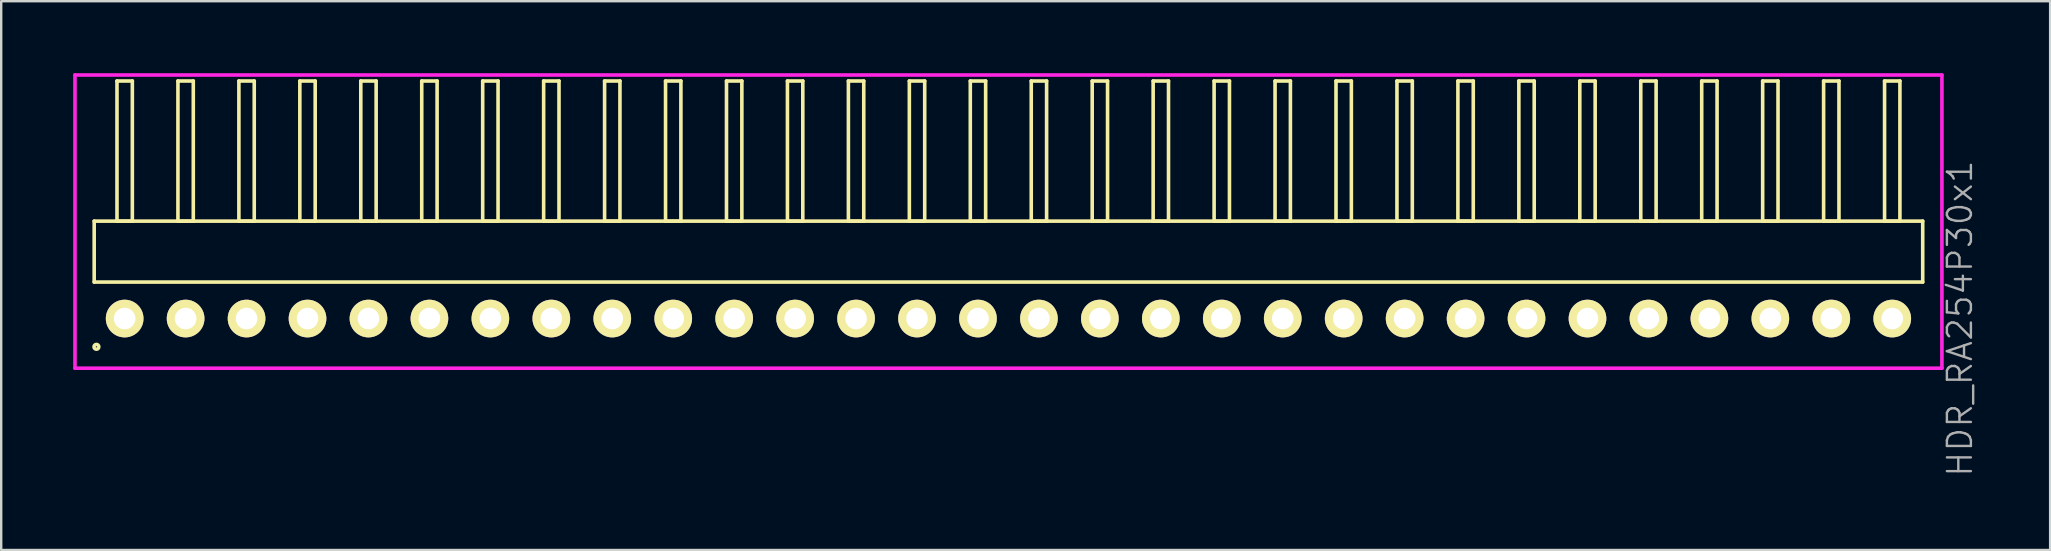
<source format=kicad_pcb>
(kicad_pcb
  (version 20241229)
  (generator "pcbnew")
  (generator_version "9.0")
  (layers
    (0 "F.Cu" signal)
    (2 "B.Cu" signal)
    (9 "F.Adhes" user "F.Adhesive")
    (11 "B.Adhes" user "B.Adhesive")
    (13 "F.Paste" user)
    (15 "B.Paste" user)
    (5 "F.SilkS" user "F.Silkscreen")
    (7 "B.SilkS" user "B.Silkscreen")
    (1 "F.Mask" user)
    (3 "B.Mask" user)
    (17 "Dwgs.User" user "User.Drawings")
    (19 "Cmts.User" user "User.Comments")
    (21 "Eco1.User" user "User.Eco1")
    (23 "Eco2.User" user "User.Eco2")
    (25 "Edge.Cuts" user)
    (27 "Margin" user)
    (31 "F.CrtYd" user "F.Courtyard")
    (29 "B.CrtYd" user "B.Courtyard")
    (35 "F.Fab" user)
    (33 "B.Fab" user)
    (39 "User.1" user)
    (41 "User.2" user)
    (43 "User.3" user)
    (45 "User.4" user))
  (footprint "HDR_RA254P30x1"
    (layer "F.Cu")
    (at 38.975 10.225)
    (property "Reference" "HDR_RA254P30x1" (at 39.65 0 90) (layer "F.Fab") (effects (font (size 1 1) (thickness 0.1))))
    (attr through_hole)
    (fp_line (start -38.1 -4.06) (end -38.1 -1.52) (stroke (width 0.15) (type solid)) (layer "F.SilkS"))
    (fp_line (start -38.1 -1.52) (end 38.1 -1.52) (stroke (width 0.15) (type solid)) (layer "F.SilkS"))
    (fp_line (start -37.15 -9.9) (end -37.15 -4.06) (stroke (width 0.15) (type solid)) (layer "F.SilkS"))
    (fp_line (start -37.15 -4.06) (end -36.51 -4.06) (stroke (width 0.15) (type solid)) (layer "F.SilkS"))
    (fp_line (start -36.51 -9.9) (end -37.15 -9.9) (stroke (width 0.15) (type solid)) (layer "F.SilkS"))
    (fp_line (start -36.51 -4.06) (end -36.51 -9.9) (stroke (width 0.15) (type solid)) (layer "F.SilkS"))
    (fp_line (start -34.61 -9.9) (end -34.61 -4.06) (stroke (width 0.15) (type solid)) (layer "F.SilkS"))
    (fp_line (start -34.61 -4.06) (end -33.97 -4.06) (stroke (width 0.15) (type solid)) (layer "F.SilkS"))
    (fp_line (start -33.97 -9.9) (end -34.61 -9.9) (stroke (width 0.15) (type solid)) (layer "F.SilkS"))
    (fp_line (start -33.97 -4.06) (end -33.97 -9.9) (stroke (width 0.15) (type solid)) (layer "F.SilkS"))
    (fp_line (start -32.07 -9.9) (end -32.07 -4.06) (stroke (width 0.15) (type solid)) (layer "F.SilkS"))
    (fp_line (start -32.07 -4.06) (end -31.43 -4.06) (stroke (width 0.15) (type solid)) (layer "F.SilkS"))
    (fp_line (start -31.43 -9.9) (end -32.07 -9.9) (stroke (width 0.15) (type solid)) (layer "F.SilkS"))
    (fp_line (start -31.43 -4.06) (end -31.43 -9.9) (stroke (width 0.15) (type solid)) (layer "F.SilkS"))
    (fp_line (start -29.53 -9.9) (end -29.53 -4.06) (stroke (width 0.15) (type solid)) (layer "F.SilkS"))
    (fp_line (start -29.53 -4.06) (end -28.89 -4.06) (stroke (width 0.15) (type solid)) (layer "F.SilkS"))
    (fp_line (start -28.89 -9.9) (end -29.53 -9.9) (stroke (width 0.15) (type solid)) (layer "F.SilkS"))
    (fp_line (start -28.89 -4.06) (end -28.89 -9.9) (stroke (width 0.15) (type solid)) (layer "F.SilkS"))
    (fp_line (start -26.99 -9.9) (end -26.99 -4.06) (stroke (width 0.15) (type solid)) (layer "F.SilkS"))
    (fp_line (start -26.99 -4.06) (end -26.35 -4.06) (stroke (width 0.15) (type solid)) (layer "F.SilkS"))
    (fp_line (start -26.35 -9.9) (end -26.99 -9.9) (stroke (width 0.15) (type solid)) (layer "F.SilkS"))
    (fp_line (start -26.35 -4.06) (end -26.35 -9.9) (stroke (width 0.15) (type solid)) (layer "F.SilkS"))
    (fp_line (start -24.45 -9.9) (end -24.45 -4.06) (stroke (width 0.15) (type solid)) (layer "F.SilkS"))
    (fp_line (start -24.45 -4.06) (end -23.81 -4.06) (stroke (width 0.15) (type solid)) (layer "F.SilkS"))
    (fp_line (start -23.81 -9.9) (end -24.45 -9.9) (stroke (width 0.15) (type solid)) (layer "F.SilkS"))
    (fp_line (start -23.81 -4.06) (end -23.81 -9.9) (stroke (width 0.15) (type solid)) (layer "F.SilkS"))
    (fp_line (start -21.91 -9.9) (end -21.91 -4.06) (stroke (width 0.15) (type solid)) (layer "F.SilkS"))
    (fp_line (start -21.91 -4.06) (end -21.27 -4.06) (stroke (width 0.15) (type solid)) (layer "F.SilkS"))
    (fp_line (start -21.27 -9.9) (end -21.91 -9.9) (stroke (width 0.15) (type solid)) (layer "F.SilkS"))
    (fp_line (start -21.27 -4.06) (end -21.27 -9.9) (stroke (width 0.15) (type solid)) (layer "F.SilkS"))
    (fp_line (start -19.37 -9.9) (end -19.37 -4.06) (stroke (width 0.15) (type solid)) (layer "F.SilkS"))
    (fp_line (start -19.37 -4.06) (end -18.73 -4.06) (stroke (width 0.15) (type solid)) (layer "F.SilkS"))
    (fp_line (start -18.73 -9.9) (end -19.37 -9.9) (stroke (width 0.15) (type solid)) (layer "F.SilkS"))
    (fp_line (start -18.73 -4.06) (end -18.73 -9.9) (stroke (width 0.15) (type solid)) (layer "F.SilkS"))
    (fp_line (start -16.83 -9.9) (end -16.83 -4.06) (stroke (width 0.15) (type solid)) (layer "F.SilkS"))
    (fp_line (start -16.83 -4.06) (end -16.19 -4.06) (stroke (width 0.15) (type solid)) (layer "F.SilkS"))
    (fp_line (start -16.19 -9.9) (end -16.83 -9.9) (stroke (width 0.15) (type solid)) (layer "F.SilkS"))
    (fp_line (start -16.19 -4.06) (end -16.19 -9.9) (stroke (width 0.15) (type solid)) (layer "F.SilkS"))
    (fp_line (start -14.29 -9.9) (end -14.29 -4.06) (stroke (width 0.15) (type solid)) (layer "F.SilkS"))
    (fp_line (start -14.29 -4.06) (end -13.65 -4.06) (stroke (width 0.15) (type solid)) (layer "F.SilkS"))
    (fp_line (start -13.65 -9.9) (end -14.29 -9.9) (stroke (width 0.15) (type solid)) (layer "F.SilkS"))
    (fp_line (start -13.65 -4.06) (end -13.65 -9.9) (stroke (width 0.15) (type solid)) (layer "F.SilkS"))
    (fp_line (start -11.75 -9.9) (end -11.75 -4.06) (stroke (width 0.15) (type solid)) (layer "F.SilkS"))
    (fp_line (start -11.75 -4.06) (end -11.11 -4.06) (stroke (width 0.15) (type solid)) (layer "F.SilkS"))
    (fp_line (start -11.11 -9.9) (end -11.75 -9.9) (stroke (width 0.15) (type solid)) (layer "F.SilkS"))
    (fp_line (start -11.11 -4.06) (end -11.11 -9.9) (stroke (width 0.15) (type solid)) (layer "F.SilkS"))
    (fp_line (start -9.21 -9.9) (end -9.21 -4.06) (stroke (width 0.15) (type solid)) (layer "F.SilkS"))
    (fp_line (start -9.21 -4.06) (end -8.57 -4.06) (stroke (width 0.15) (type solid)) (layer "F.SilkS"))
    (fp_line (start -8.57 -9.9) (end -9.21 -9.9) (stroke (width 0.15) (type solid)) (layer "F.SilkS"))
    (fp_line (start -8.57 -4.06) (end -8.57 -9.9) (stroke (width 0.15) (type solid)) (layer "F.SilkS"))
    (fp_line (start -6.67 -9.9) (end -6.67 -4.06) (stroke (width 0.15) (type solid)) (layer "F.SilkS"))
    (fp_line (start -6.67 -4.06) (end -6.03 -4.06) (stroke (width 0.15) (type solid)) (layer "F.SilkS"))
    (fp_line (start -6.03 -9.9) (end -6.67 -9.9) (stroke (width 0.15) (type solid)) (layer "F.SilkS"))
    (fp_line (start -6.03 -4.06) (end -6.03 -9.9) (stroke (width 0.15) (type solid)) (layer "F.SilkS"))
    (fp_line (start -4.13 -9.9) (end -4.13 -4.06) (stroke (width 0.15) (type solid)) (layer "F.SilkS"))
    (fp_line (start -4.13 -4.06) (end -3.49 -4.06) (stroke (width 0.15) (type solid)) (layer "F.SilkS"))
    (fp_line (start -3.49 -9.9) (end -4.13 -9.9) (stroke (width 0.15) (type solid)) (layer "F.SilkS"))
    (fp_line (start -3.49 -4.06) (end -3.49 -9.9) (stroke (width 0.15) (type solid)) (layer "F.SilkS"))
    (fp_line (start -1.59 -9.9) (end -1.59 -4.06) (stroke (width 0.15) (type solid)) (layer "F.SilkS"))
    (fp_line (start -1.59 -4.06) (end -0.95 -4.06) (stroke (width 0.15) (type solid)) (layer "F.SilkS"))
    (fp_line (start -0.95 -9.9) (end -1.59 -9.9) (stroke (width 0.15) (type solid)) (layer "F.SilkS"))
    (fp_line (start -0.95 -4.06) (end -0.95 -9.9) (stroke (width 0.15) (type solid)) (layer "F.SilkS"))
    (fp_line (start 0.95 -9.9) (end 0.95 -4.06) (stroke (width 0.15) (type solid)) (layer "F.SilkS"))
    (fp_line (start 0.95 -4.06) (end 1.59 -4.06) (stroke (width 0.15) (type solid)) (layer "F.SilkS"))
    (fp_line (start 1.59 -9.9) (end 0.95 -9.9) (stroke (width 0.15) (type solid)) (layer "F.SilkS"))
    (fp_line (start 1.59 -4.06) (end 1.59 -9.9) (stroke (width 0.15) (type solid)) (layer "F.SilkS"))
    (fp_line (start 3.49 -9.9) (end 3.49 -4.06) (stroke (width 0.15) (type solid)) (layer "F.SilkS"))
    (fp_line (start 3.49 -4.06) (end 4.13 -4.06) (stroke (width 0.15) (type solid)) (layer "F.SilkS"))
    (fp_line (start 4.13 -9.9) (end 3.49 -9.9) (stroke (width 0.15) (type solid)) (layer "F.SilkS"))
    (fp_line (start 4.13 -4.06) (end 4.13 -9.9) (stroke (width 0.15) (type solid)) (layer "F.SilkS"))
    (fp_line (start 6.03 -9.9) (end 6.03 -4.06) (stroke (width 0.15) (type solid)) (layer "F.SilkS"))
    (fp_line (start 6.03 -4.06) (end 6.67 -4.06) (stroke (width 0.15) (type solid)) (layer "F.SilkS"))
    (fp_line (start 6.67 -9.9) (end 6.03 -9.9) (stroke (width 0.15) (type solid)) (layer "F.SilkS"))
    (fp_line (start 6.67 -4.06) (end 6.67 -9.9) (stroke (width 0.15) (type solid)) (layer "F.SilkS"))
    (fp_line (start 8.57 -9.9) (end 8.57 -4.06) (stroke (width 0.15) (type solid)) (layer "F.SilkS"))
    (fp_line (start 8.57 -4.06) (end 9.21 -4.06) (stroke (width 0.15) (type solid)) (layer "F.SilkS"))
    (fp_line (start 9.21 -9.9) (end 8.57 -9.9) (stroke (width 0.15) (type solid)) (layer "F.SilkS"))
    (fp_line (start 9.21 -4.06) (end 9.21 -9.9) (stroke (width 0.15) (type solid)) (layer "F.SilkS"))
    (fp_line (start 11.11 -9.9) (end 11.11 -4.06) (stroke (width 0.15) (type solid)) (layer "F.SilkS"))
    (fp_line (start 11.11 -4.06) (end 11.75 -4.06) (stroke (width 0.15) (type solid)) (layer "F.SilkS"))
    (fp_line (start 11.75 -9.9) (end 11.11 -9.9) (stroke (width 0.15) (type solid)) (layer "F.SilkS"))
    (fp_line (start 11.75 -4.06) (end 11.75 -9.9) (stroke (width 0.15) (type solid)) (layer "F.SilkS"))
    (fp_line (start 13.65 -9.9) (end 13.65 -4.06) (stroke (width 0.15) (type solid)) (layer "F.SilkS"))
    (fp_line (start 13.65 -4.06) (end 14.29 -4.06) (stroke (width 0.15) (type solid)) (layer "F.SilkS"))
    (fp_line (start 14.29 -9.9) (end 13.65 -9.9) (stroke (width 0.15) (type solid)) (layer "F.SilkS"))
    (fp_line (start 14.29 -4.06) (end 14.29 -9.9) (stroke (width 0.15) (type solid)) (layer "F.SilkS"))
    (fp_line (start 16.19 -9.9) (end 16.19 -4.06) (stroke (width 0.15) (type solid)) (layer "F.SilkS"))
    (fp_line (start 16.19 -4.06) (end 16.83 -4.06) (stroke (width 0.15) (type solid)) (layer "F.SilkS"))
    (fp_line (start 16.83 -9.9) (end 16.19 -9.9) (stroke (width 0.15) (type solid)) (layer "F.SilkS"))
    (fp_line (start 16.83 -4.06) (end 16.83 -9.9) (stroke (width 0.15) (type solid)) (layer "F.SilkS"))
    (fp_line (start 18.73 -9.9) (end 18.73 -4.06) (stroke (width 0.15) (type solid)) (layer "F.SilkS"))
    (fp_line (start 18.73 -4.06) (end 19.37 -4.06) (stroke (width 0.15) (type solid)) (layer "F.SilkS"))
    (fp_line (start 19.37 -9.9) (end 18.73 -9.9) (stroke (width 0.15) (type solid)) (layer "F.SilkS"))
    (fp_line (start 19.37 -4.06) (end 19.37 -9.9) (stroke (width 0.15) (type solid)) (layer "F.SilkS"))
    (fp_line (start 21.27 -9.9) (end 21.27 -4.06) (stroke (width 0.15) (type solid)) (layer "F.SilkS"))
    (fp_line (start 21.27 -4.06) (end 21.91 -4.06) (stroke (width 0.15) (type solid)) (layer "F.SilkS"))
    (fp_line (start 21.91 -9.9) (end 21.27 -9.9) (stroke (width 0.15) (type solid)) (layer "F.SilkS"))
    (fp_line (start 21.91 -4.06) (end 21.91 -9.9) (stroke (width 0.15) (type solid)) (layer "F.SilkS"))
    (fp_line (start 23.81 -9.9) (end 23.81 -4.06) (stroke (width 0.15) (type solid)) (layer "F.SilkS"))
    (fp_line (start 23.81 -4.06) (end 24.45 -4.06) (stroke (width 0.15) (type solid)) (layer "F.SilkS"))
    (fp_line (start 24.45 -9.9) (end 23.81 -9.9) (stroke (width 0.15) (type solid)) (layer "F.SilkS"))
    (fp_line (start 24.45 -4.06) (end 24.45 -9.9) (stroke (width 0.15) (type solid)) (layer "F.SilkS"))
    (fp_line (start 26.35 -9.9) (end 26.35 -4.06) (stroke (width 0.15) (type solid)) (layer "F.SilkS"))
    (fp_line (start 26.35 -4.06) (end 26.99 -4.06) (stroke (width 0.15) (type solid)) (layer "F.SilkS"))
    (fp_line (start 26.99 -9.9) (end 26.35 -9.9) (stroke (width 0.15) (type solid)) (layer "F.SilkS"))
    (fp_line (start 26.99 -4.06) (end 26.99 -9.9) (stroke (width 0.15) (type solid)) (layer "F.SilkS"))
    (fp_line (start 28.89 -9.9) (end 28.89 -4.06) (stroke (width 0.15) (type solid)) (layer "F.SilkS"))
    (fp_line (start 28.89 -4.06) (end 29.53 -4.06) (stroke (width 0.15) (type solid)) (layer "F.SilkS"))
    (fp_line (start 29.53 -9.9) (end 28.89 -9.9) (stroke (width 0.15) (type solid)) (layer "F.SilkS"))
    (fp_line (start 29.53 -4.06) (end 29.53 -9.9) (stroke (width 0.15) (type solid)) (layer "F.SilkS"))
    (fp_line (start 31.43 -9.9) (end 31.43 -4.06) (stroke (width 0.15) (type solid)) (layer "F.SilkS"))
    (fp_line (start 31.43 -4.06) (end 32.07 -4.06) (stroke (width 0.15) (type solid)) (layer "F.SilkS"))
    (fp_line (start 32.07 -9.9) (end 31.43 -9.9) (stroke (width 0.15) (type solid)) (layer "F.SilkS"))
    (fp_line (start 32.07 -4.06) (end 32.07 -9.9) (stroke (width 0.15) (type solid)) (layer "F.SilkS"))
    (fp_line (start 33.97 -9.9) (end 33.97 -4.06) (stroke (width 0.15) (type solid)) (layer "F.SilkS"))
    (fp_line (start 33.97 -4.06) (end 34.61 -4.06) (stroke (width 0.15) (type solid)) (layer "F.SilkS"))
    (fp_line (start 34.61 -9.9) (end 33.97 -9.9) (stroke (width 0.15) (type solid)) (layer "F.SilkS"))
    (fp_line (start 34.61 -4.06) (end 34.61 -9.9) (stroke (width 0.15) (type solid)) (layer "F.SilkS"))
    (fp_line (start 36.51 -9.9) (end 36.51 -4.06) (stroke (width 0.15) (type solid)) (layer "F.SilkS"))
    (fp_line (start 36.51 -4.06) (end 37.15 -4.06) (stroke (width 0.15) (type solid)) (layer "F.SilkS"))
    (fp_line (start 37.15 -9.9) (end 36.51 -9.9) (stroke (width 0.15) (type solid)) (layer "F.SilkS"))
    (fp_line (start 37.15 -4.06) (end 37.15 -9.9) (stroke (width 0.15) (type solid)) (layer "F.SilkS"))
    (fp_line (start 38.1 -4.06) (end -38.1 -4.06) (stroke (width 0.15) (type solid)) (layer "F.SilkS"))
    (fp_line (start 38.1 -1.52) (end 38.1 -4.06) (stroke (width 0.15) (type solid)) (layer "F.SilkS"))
    (fp_circle (center -38.007 1.178) (end -37.907 1.178) (stroke (width 0.15) (type solid)) (fill no) (layer "F.SilkS"))
    (fp_line (start -38.9 -10.15) (end -38.9 2.07) (stroke (width 0.15) (type solid)) (layer "F.CrtYd"))
    (fp_line (start -38.9 2.07) (end 38.9 2.07) (stroke (width 0.15) (type solid)) (layer "F.CrtYd"))
    (fp_line (start 38.9 -10.15) (end -38.9 -10.15) (stroke (width 0.15) (type solid)) (layer "F.CrtYd"))
    (fp_line (start 38.9 2.07) (end 38.9 -10.15) (stroke (width 0.15) (type solid)) (layer "F.CrtYd"))
    (pad "1" thru_hole oval (at -36.83 0) (size 1.57 1.57) (drill 0.9) (layers "*.Cu" "*.Mask" "F.SilkS"))
    (pad "2" thru_hole oval (at -34.29 0) (size 1.57 1.57) (drill 0.9) (layers "*.Cu" "*.Mask" "F.SilkS"))
    (pad "3" thru_hole oval (at -31.75 0) (size 1.57 1.57) (drill 0.9) (layers "*.Cu" "*.Mask" "F.SilkS"))
    (pad "4" thru_hole oval (at -29.21 0) (size 1.57 1.57) (drill 0.9) (layers "*.Cu" "*.Mask" "F.SilkS"))
    (pad "5" thru_hole oval (at -26.67 0) (size 1.57 1.57) (drill 0.9) (layers "*.Cu" "*.Mask" "F.SilkS"))
    (pad "6" thru_hole oval (at -24.13 0) (size 1.57 1.57) (drill 0.9) (layers "*.Cu" "*.Mask" "F.SilkS"))
    (pad "7" thru_hole oval (at -21.59 0) (size 1.57 1.57) (drill 0.9) (layers "*.Cu" "*.Mask" "F.SilkS"))
    (pad "8" thru_hole oval (at -19.05 0) (size 1.57 1.57) (drill 0.9) (layers "*.Cu" "*.Mask" "F.SilkS"))
    (pad "9" thru_hole oval (at -16.51 0) (size 1.57 1.57) (drill 0.9) (layers "*.Cu" "*.Mask" "F.SilkS"))
    (pad "10" thru_hole oval (at -13.97 0) (size 1.57 1.57) (drill 0.9) (layers "*.Cu" "*.Mask" "F.SilkS"))
    (pad "11" thru_hole oval (at -11.43 0) (size 1.57 1.57) (drill 0.9) (layers "*.Cu" "*.Mask" "F.SilkS"))
    (pad "12" thru_hole oval (at -8.89 0) (size 1.57 1.57) (drill 0.9) (layers "*.Cu" "*.Mask" "F.SilkS"))
    (pad "13" thru_hole oval (at -6.35 0) (size 1.57 1.57) (drill 0.9) (layers "*.Cu" "*.Mask" "F.SilkS"))
    (pad "14" thru_hole oval (at -3.81 0) (size 1.57 1.57) (drill 0.9) (layers "*.Cu" "*.Mask" "F.SilkS"))
    (pad "15" thru_hole oval (at -1.27 0) (size 1.57 1.57) (drill 0.9) (layers "*.Cu" "*.Mask" "F.SilkS"))
    (pad "16" thru_hole oval (at 1.27 0) (size 1.57 1.57) (drill 0.9) (layers "*.Cu" "*.Mask" "F.SilkS"))
    (pad "17" thru_hole oval (at 3.81 0) (size 1.57 1.57) (drill 0.9) (layers "*.Cu" "*.Mask" "F.SilkS"))
    (pad "18" thru_hole oval (at 6.35 0) (size 1.57 1.57) (drill 0.9) (layers "*.Cu" "*.Mask" "F.SilkS"))
    (pad "19" thru_hole oval (at 8.89 0) (size 1.57 1.57) (drill 0.9) (layers "*.Cu" "*.Mask" "F.SilkS"))
    (pad "20" thru_hole oval (at 11.43 0) (size 1.57 1.57) (drill 0.9) (layers "*.Cu" "*.Mask" "F.SilkS"))
    (pad "21" thru_hole oval (at 13.97 0) (size 1.57 1.57) (drill 0.9) (layers "*.Cu" "*.Mask" "F.SilkS"))
    (pad "22" thru_hole oval (at 16.51 0) (size 1.57 1.57) (drill 0.9) (layers "*.Cu" "*.Mask" "F.SilkS"))
    (pad "23" thru_hole oval (at 19.05 0) (size 1.57 1.57) (drill 0.9) (layers "*.Cu" "*.Mask" "F.SilkS"))
    (pad "24" thru_hole oval (at 21.59 0) (size 1.57 1.57) (drill 0.9) (layers "*.Cu" "*.Mask" "F.SilkS"))
    (pad "25" thru_hole oval (at 24.13 0) (size 1.57 1.57) (drill 0.9) (layers "*.Cu" "*.Mask" "F.SilkS"))
    (pad "26" thru_hole oval (at 26.67 0) (size 1.57 1.57) (drill 0.9) (layers "*.Cu" "*.Mask" "F.SilkS"))
    (pad "27" thru_hole oval (at 29.21 0) (size 1.57 1.57) (drill 0.9) (layers "*.Cu" "*.Mask" "F.SilkS"))
    (pad "28" thru_hole oval (at 31.75 0) (size 1.57 1.57) (drill 0.9) (layers "*.Cu" "*.Mask" "F.SilkS"))
    (pad "29" thru_hole oval (at 34.29 0) (size 1.57 1.57) (drill 0.9) (layers "*.Cu" "*.Mask" "F.SilkS"))
    (pad "30" thru_hole oval (at 36.83 0) (size 1.57 1.57) (drill 0.9) (layers "*.Cu" "*.Mask" "F.SilkS")))
  (gr_rect
    (start -3 -3)
    (end 82.385 19.87)
    (stroke (width 0.1) (type default))
    (fill no)
    (layer "Edge.Cuts")))
</source>
